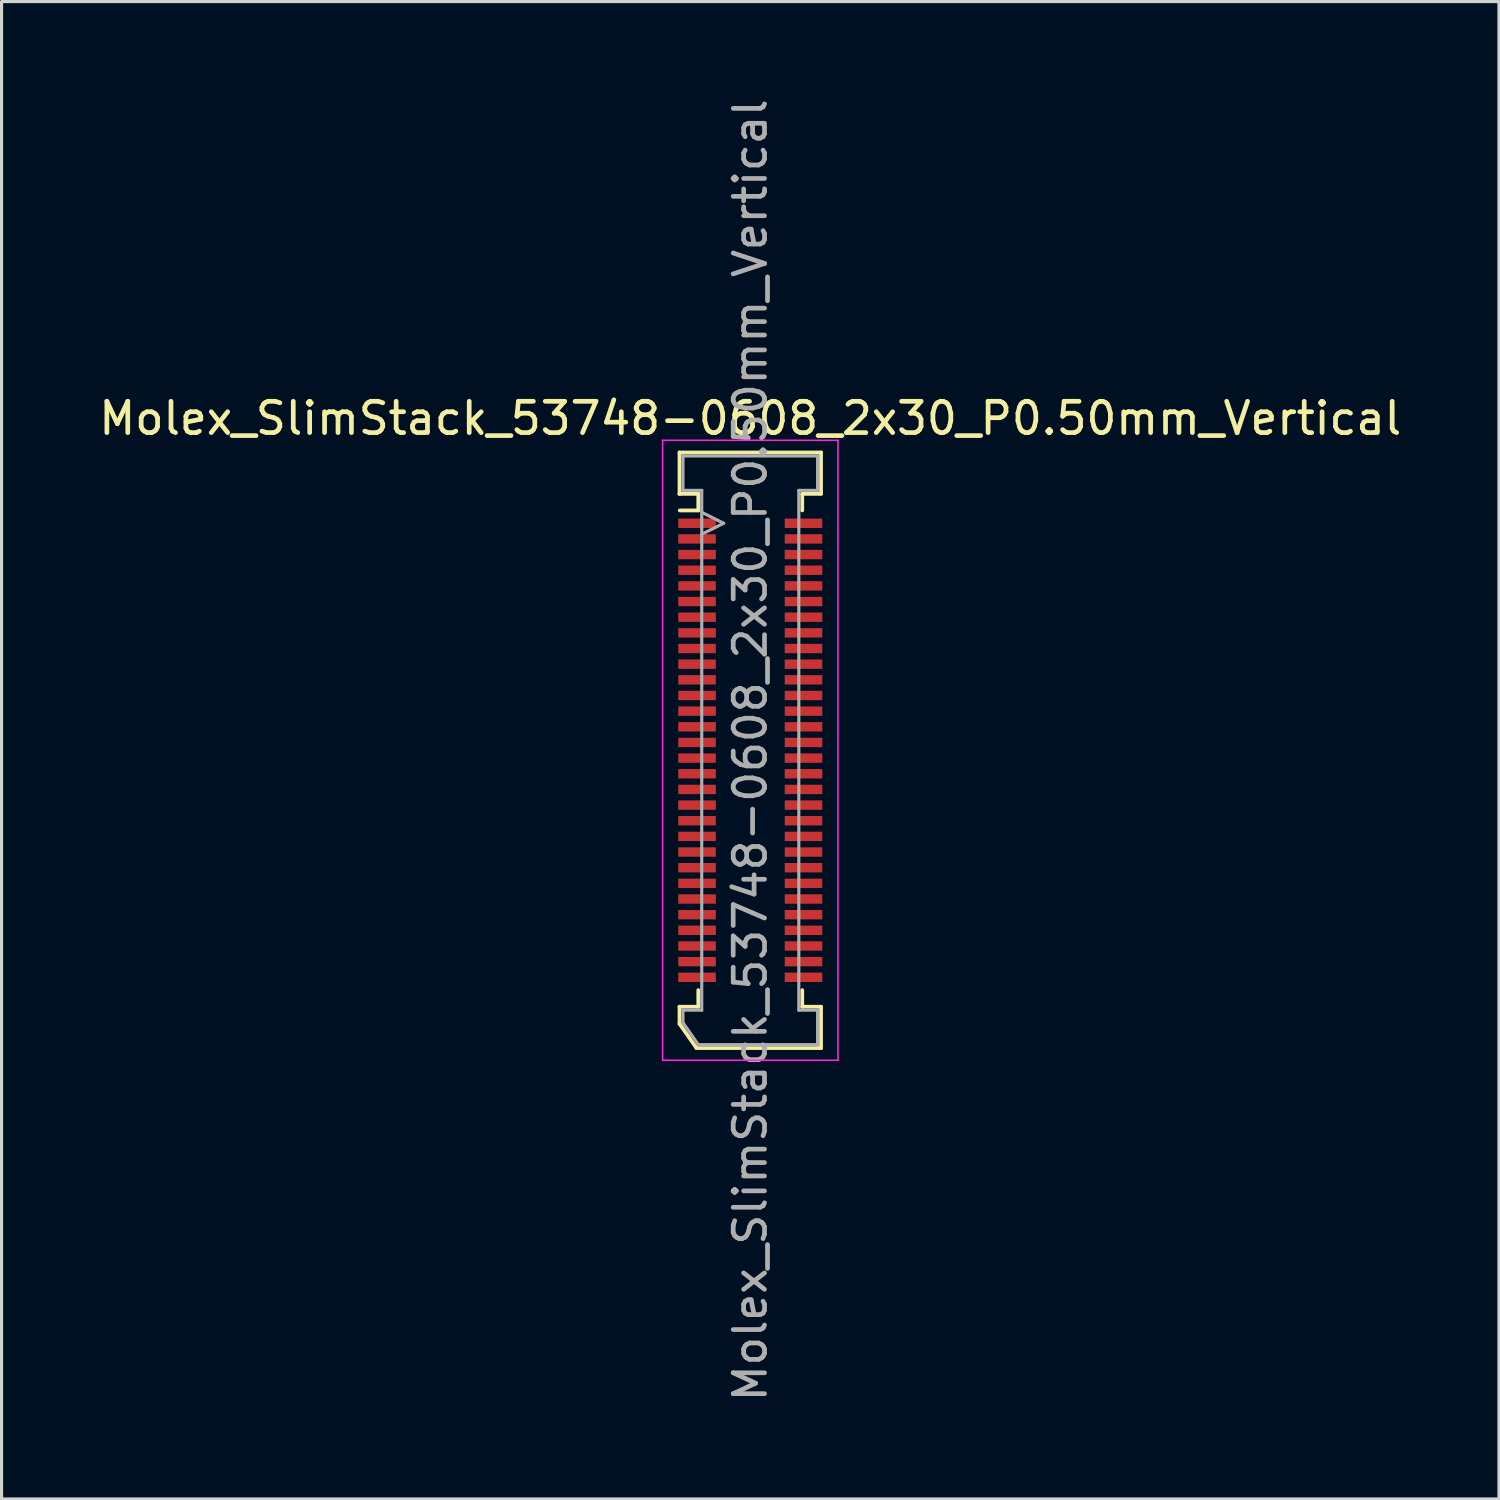
<source format=kicad_pcb>
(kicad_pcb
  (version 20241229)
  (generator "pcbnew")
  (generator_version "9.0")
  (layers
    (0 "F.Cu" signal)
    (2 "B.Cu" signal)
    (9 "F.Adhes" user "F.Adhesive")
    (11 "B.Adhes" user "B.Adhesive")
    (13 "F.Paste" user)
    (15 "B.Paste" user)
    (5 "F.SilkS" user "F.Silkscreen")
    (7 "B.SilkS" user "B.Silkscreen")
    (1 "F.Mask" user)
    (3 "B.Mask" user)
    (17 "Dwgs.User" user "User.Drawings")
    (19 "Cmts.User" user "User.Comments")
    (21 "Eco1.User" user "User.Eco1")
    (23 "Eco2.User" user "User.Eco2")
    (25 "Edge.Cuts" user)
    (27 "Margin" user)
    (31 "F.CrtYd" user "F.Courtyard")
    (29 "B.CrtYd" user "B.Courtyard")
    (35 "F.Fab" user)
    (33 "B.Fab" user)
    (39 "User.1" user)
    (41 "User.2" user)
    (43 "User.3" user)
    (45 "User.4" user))
  (footprint "Molex_SlimStack_53748-0608_2x30_P0.50mm_Vertical"
    (layer "F.Cu")
    (at 20.911 20.911)
    (property "Reference" "Molex_SlimStack_53748-0608_2x30_P0.50mm_Vertical" (at 0 -10.6 0) (layer "F.SilkS") (effects (font (size 1 1) (thickness 0.15))))
    (attr smd)
    (fp_line (start -2.26 -9.51) (end -2.26 -8.19) (stroke (width 0.12) (type solid)) (layer "F.SilkS"))
    (fp_line (start -2.26 -8.19) (end -2.26 -8.19) (stroke (width 0.12) (type solid)) (layer "F.SilkS"))
    (fp_line (start -2.26 -8.19) (end -1.66 -8.19) (stroke (width 0.12) (type solid)) (layer "F.SilkS"))
    (fp_line (start -2.26 8.19) (end -1.66 8.19) (stroke (width 0.12) (type solid)) (layer "F.SilkS"))
    (fp_line (start -2.26 8.735) (end -2.26 8.19) (stroke (width 0.12) (type solid)) (layer "F.SilkS"))
    (fp_line (start -1.717 9.51) (end -2.26 8.735) (stroke (width 0.12) (type solid)) (layer "F.SilkS"))
    (fp_line (start -1.66 -8.19) (end -1.66 -7.66) (stroke (width 0.12) (type solid)) (layer "F.SilkS"))
    (fp_line (start -1.66 -7.66) (end -2.25 -7.66) (stroke (width 0.12) (type solid)) (layer "F.SilkS"))
    (fp_line (start -1.66 8.19) (end -1.66 7.66) (stroke (width 0.12) (type solid)) (layer "F.SilkS"))
    (fp_line (start 1.66 -8.19) (end 2.26 -8.19) (stroke (width 0.12) (type solid)) (layer "F.SilkS"))
    (fp_line (start 1.66 -7.66) (end 1.66 -8.19) (stroke (width 0.12) (type solid)) (layer "F.SilkS"))
    (fp_line (start 1.66 7.66) (end 1.66 8.19) (stroke (width 0.12) (type solid)) (layer "F.SilkS"))
    (fp_line (start 1.66 8.19) (end 2.26 8.19) (stroke (width 0.12) (type solid)) (layer "F.SilkS"))
    (fp_line (start 2.26 -9.51) (end -2.26 -9.51) (stroke (width 0.12) (type solid)) (layer "F.SilkS"))
    (fp_line (start 2.26 -8.19) (end 2.26 -9.51) (stroke (width 0.12) (type solid)) (layer "F.SilkS"))
    (fp_line (start 2.26 8.19) (end 2.26 9.51) (stroke (width 0.12) (type solid)) (layer "F.SilkS"))
    (fp_line (start 2.26 9.51) (end -1.717 9.51) (stroke (width 0.12) (type solid)) (layer "F.SilkS"))
    (fp_line (start -2.8 -9.9) (end -2.8 9.9) (stroke (width 0.05) (type solid)) (layer "F.CrtYd"))
    (fp_line (start -2.8 9.9) (end 2.8 9.9) (stroke (width 0.05) (type solid)) (layer "F.CrtYd"))
    (fp_line (start 2.8 -9.9) (end -2.8 -9.9) (stroke (width 0.05) (type solid)) (layer "F.CrtYd"))
    (fp_line (start 2.8 9.9) (end 2.8 -9.9) (stroke (width 0.05) (type solid)) (layer "F.CrtYd"))
    (fp_line (start -2.15 -9.4) (end -2.15 -8.3) (stroke (width 0.1) (type solid)) (layer "F.Fab"))
    (fp_line (start -2.15 -8.3) (end -1.55 -8.3) (stroke (width 0.1) (type solid)) (layer "F.Fab"))
    (fp_line (start -2.15 8.3) (end -2.15 8.7) (stroke (width 0.1) (type solid)) (layer "F.Fab"))
    (fp_line (start -2.15 8.7) (end -1.66 9.4) (stroke (width 0.1) (type solid)) (layer "F.Fab"))
    (fp_line (start -1.66 9.4) (end 2.15 9.4) (stroke (width 0.1) (type solid)) (layer "F.Fab"))
    (fp_line (start -1.55 -8.3) (end -1.55 8.3) (stroke (width 0.1) (type solid)) (layer "F.Fab"))
    (fp_line (start -1.55 8.3) (end -2.15 8.3) (stroke (width 0.1) (type solid)) (layer "F.Fab"))
    (fp_line (start -0.85 -7.25) (end -1.55 -7.6) (stroke (width 0.1) (type solid)) (layer "F.Fab"))
    (fp_line (start -0.85 -7.25) (end -1.55 -6.9) (stroke (width 0.1) (type solid)) (layer "F.Fab"))
    (fp_line (start 1.55 -8.3) (end 2.15 -8.3) (stroke (width 0.1) (type solid)) (layer "F.Fab"))
    (fp_line (start 1.55 8.3) (end 1.55 -8.3) (stroke (width 0.1) (type solid)) (layer "F.Fab"))
    (fp_line (start 2.15 -9.4) (end -2.15 -9.4) (stroke (width 0.1) (type solid)) (layer "F.Fab"))
    (fp_line (start 2.15 -8.3) (end 2.15 -9.4) (stroke (width 0.1) (type solid)) (layer "F.Fab"))
    (fp_line (start 2.15 8.3) (end 1.55 8.3) (stroke (width 0.1) (type solid)) (layer "F.Fab"))
    (fp_line (start 2.15 9.4) (end 2.15 8.3) (stroke (width 0.1) (type solid)) (layer "F.Fab"))
    (fp_text user "${REFERENCE}" (at 0 0 90) (layer "F.Fab") (effects (font (size 1 1) (thickness 0.15))))
    (pad "1" smd rect (at -1.7 -7.25) (size 1.2 0.3) (layers "F.Cu" "F.Mask" "F.Paste"))
    (pad "2" smd rect (at 1.7 -7.25) (size 1.2 0.3) (layers "F.Cu" "F.Mask" "F.Paste"))
    (pad "3" smd rect (at -1.7 -6.75) (size 1.2 0.3) (layers "F.Cu" "F.Mask" "F.Paste"))
    (pad "4" smd rect (at 1.7 -6.75) (size 1.2 0.3) (layers "F.Cu" "F.Mask" "F.Paste"))
    (pad "5" smd rect (at -1.7 -6.25) (size 1.2 0.3) (layers "F.Cu" "F.Mask" "F.Paste"))
    (pad "6" smd rect (at 1.7 -6.25) (size 1.2 0.3) (layers "F.Cu" "F.Mask" "F.Paste"))
    (pad "7" smd rect (at -1.7 -5.75) (size 1.2 0.3) (layers "F.Cu" "F.Mask" "F.Paste"))
    (pad "8" smd rect (at 1.7 -5.75) (size 1.2 0.3) (layers "F.Cu" "F.Mask" "F.Paste"))
    (pad "9" smd rect (at -1.7 -5.25) (size 1.2 0.3) (layers "F.Cu" "F.Mask" "F.Paste"))
    (pad "10" smd rect (at 1.7 -5.25) (size 1.2 0.3) (layers "F.Cu" "F.Mask" "F.Paste"))
    (pad "11" smd rect (at -1.7 -4.75) (size 1.2 0.3) (layers "F.Cu" "F.Mask" "F.Paste"))
    (pad "12" smd rect (at 1.7 -4.75) (size 1.2 0.3) (layers "F.Cu" "F.Mask" "F.Paste"))
    (pad "13" smd rect (at -1.7 -4.25) (size 1.2 0.3) (layers "F.Cu" "F.Mask" "F.Paste"))
    (pad "14" smd rect (at 1.7 -4.25) (size 1.2 0.3) (layers "F.Cu" "F.Mask" "F.Paste"))
    (pad "15" smd rect (at -1.7 -3.75) (size 1.2 0.3) (layers "F.Cu" "F.Mask" "F.Paste"))
    (pad "16" smd rect (at 1.7 -3.75) (size 1.2 0.3) (layers "F.Cu" "F.Mask" "F.Paste"))
    (pad "17" smd rect (at -1.7 -3.25) (size 1.2 0.3) (layers "F.Cu" "F.Mask" "F.Paste"))
    (pad "18" smd rect (at 1.7 -3.25) (size 1.2 0.3) (layers "F.Cu" "F.Mask" "F.Paste"))
    (pad "19" smd rect (at -1.7 -2.75) (size 1.2 0.3) (layers "F.Cu" "F.Mask" "F.Paste"))
    (pad "20" smd rect (at 1.7 -2.75) (size 1.2 0.3) (layers "F.Cu" "F.Mask" "F.Paste"))
    (pad "21" smd rect (at -1.7 -2.25) (size 1.2 0.3) (layers "F.Cu" "F.Mask" "F.Paste"))
    (pad "22" smd rect (at 1.7 -2.25) (size 1.2 0.3) (layers "F.Cu" "F.Mask" "F.Paste"))
    (pad "23" smd rect (at -1.7 -1.75) (size 1.2 0.3) (layers "F.Cu" "F.Mask" "F.Paste"))
    (pad "24" smd rect (at 1.7 -1.75) (size 1.2 0.3) (layers "F.Cu" "F.Mask" "F.Paste"))
    (pad "25" smd rect (at -1.7 -1.25) (size 1.2 0.3) (layers "F.Cu" "F.Mask" "F.Paste"))
    (pad "26" smd rect (at 1.7 -1.25) (size 1.2 0.3) (layers "F.Cu" "F.Mask" "F.Paste"))
    (pad "27" smd rect (at -1.7 -0.75) (size 1.2 0.3) (layers "F.Cu" "F.Mask" "F.Paste"))
    (pad "28" smd rect (at 1.7 -0.75) (size 1.2 0.3) (layers "F.Cu" "F.Mask" "F.Paste"))
    (pad "29" smd rect (at -1.7 -0.25) (size 1.2 0.3) (layers "F.Cu" "F.Mask" "F.Paste"))
    (pad "30" smd rect (at 1.7 -0.25) (size 1.2 0.3) (layers "F.Cu" "F.Mask" "F.Paste"))
    (pad "31" smd rect (at -1.7 0.25) (size 1.2 0.3) (layers "F.Cu" "F.Mask" "F.Paste"))
    (pad "32" smd rect (at 1.7 0.25) (size 1.2 0.3) (layers "F.Cu" "F.Mask" "F.Paste"))
    (pad "33" smd rect (at -1.7 0.75) (size 1.2 0.3) (layers "F.Cu" "F.Mask" "F.Paste"))
    (pad "34" smd rect (at 1.7 0.75) (size 1.2 0.3) (layers "F.Cu" "F.Mask" "F.Paste"))
    (pad "35" smd rect (at -1.7 1.25) (size 1.2 0.3) (layers "F.Cu" "F.Mask" "F.Paste"))
    (pad "36" smd rect (at 1.7 1.25) (size 1.2 0.3) (layers "F.Cu" "F.Mask" "F.Paste"))
    (pad "37" smd rect (at -1.7 1.75) (size 1.2 0.3) (layers "F.Cu" "F.Mask" "F.Paste"))
    (pad "38" smd rect (at 1.7 1.75) (size 1.2 0.3) (layers "F.Cu" "F.Mask" "F.Paste"))
    (pad "39" smd rect (at -1.7 2.25) (size 1.2 0.3) (layers "F.Cu" "F.Mask" "F.Paste"))
    (pad "40" smd rect (at 1.7 2.25) (size 1.2 0.3) (layers "F.Cu" "F.Mask" "F.Paste"))
    (pad "41" smd rect (at -1.7 2.75) (size 1.2 0.3) (layers "F.Cu" "F.Mask" "F.Paste"))
    (pad "42" smd rect (at 1.7 2.75) (size 1.2 0.3) (layers "F.Cu" "F.Mask" "F.Paste"))
    (pad "43" smd rect (at -1.7 3.25) (size 1.2 0.3) (layers "F.Cu" "F.Mask" "F.Paste"))
    (pad "44" smd rect (at 1.7 3.25) (size 1.2 0.3) (layers "F.Cu" "F.Mask" "F.Paste"))
    (pad "45" smd rect (at -1.7 3.75) (size 1.2 0.3) (layers "F.Cu" "F.Mask" "F.Paste"))
    (pad "46" smd rect (at 1.7 3.75) (size 1.2 0.3) (layers "F.Cu" "F.Mask" "F.Paste"))
    (pad "47" smd rect (at -1.7 4.25) (size 1.2 0.3) (layers "F.Cu" "F.Mask" "F.Paste"))
    (pad "48" smd rect (at 1.7 4.25) (size 1.2 0.3) (layers "F.Cu" "F.Mask" "F.Paste"))
    (pad "49" smd rect (at -1.7 4.75) (size 1.2 0.3) (layers "F.Cu" "F.Mask" "F.Paste"))
    (pad "50" smd rect (at 1.7 4.75) (size 1.2 0.3) (layers "F.Cu" "F.Mask" "F.Paste"))
    (pad "51" smd rect (at -1.7 5.25) (size 1.2 0.3) (layers "F.Cu" "F.Mask" "F.Paste"))
    (pad "52" smd rect (at 1.7 5.25) (size 1.2 0.3) (layers "F.Cu" "F.Mask" "F.Paste"))
    (pad "53" smd rect (at -1.7 5.75) (size 1.2 0.3) (layers "F.Cu" "F.Mask" "F.Paste"))
    (pad "54" smd rect (at 1.7 5.75) (size 1.2 0.3) (layers "F.Cu" "F.Mask" "F.Paste"))
    (pad "55" smd rect (at -1.7 6.25) (size 1.2 0.3) (layers "F.Cu" "F.Mask" "F.Paste"))
    (pad "56" smd rect (at 1.7 6.25) (size 1.2 0.3) (layers "F.Cu" "F.Mask" "F.Paste"))
    (pad "57" smd rect (at -1.7 6.75) (size 1.2 0.3) (layers "F.Cu" "F.Mask" "F.Paste"))
    (pad "58" smd rect (at 1.7 6.75) (size 1.2 0.3) (layers "F.Cu" "F.Mask" "F.Paste"))
    (pad "59" smd rect (at -1.7 7.25) (size 1.2 0.3) (layers "F.Cu" "F.Mask" "F.Paste"))
    (pad "60" smd rect (at 1.7 7.25) (size 1.2 0.3) (layers "F.Cu" "F.Mask" "F.Paste")))
  (gr_rect
    (start -3 -3)
    (end 44.821 44.821)
    (stroke (width 0.1) (type default))
    (fill no)
    (layer "Edge.Cuts")))
</source>
